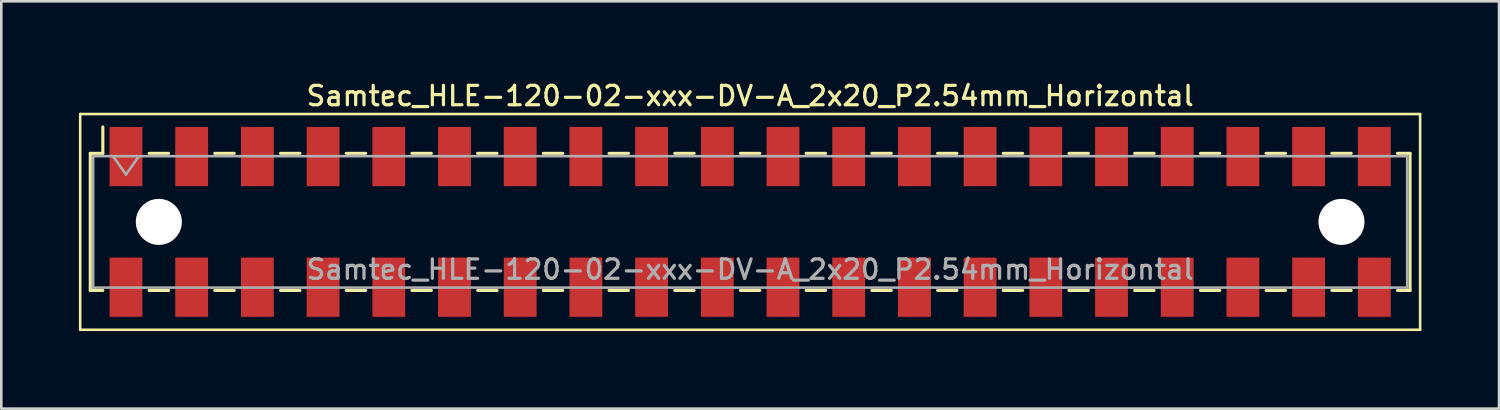
<source format=kicad_pcb>
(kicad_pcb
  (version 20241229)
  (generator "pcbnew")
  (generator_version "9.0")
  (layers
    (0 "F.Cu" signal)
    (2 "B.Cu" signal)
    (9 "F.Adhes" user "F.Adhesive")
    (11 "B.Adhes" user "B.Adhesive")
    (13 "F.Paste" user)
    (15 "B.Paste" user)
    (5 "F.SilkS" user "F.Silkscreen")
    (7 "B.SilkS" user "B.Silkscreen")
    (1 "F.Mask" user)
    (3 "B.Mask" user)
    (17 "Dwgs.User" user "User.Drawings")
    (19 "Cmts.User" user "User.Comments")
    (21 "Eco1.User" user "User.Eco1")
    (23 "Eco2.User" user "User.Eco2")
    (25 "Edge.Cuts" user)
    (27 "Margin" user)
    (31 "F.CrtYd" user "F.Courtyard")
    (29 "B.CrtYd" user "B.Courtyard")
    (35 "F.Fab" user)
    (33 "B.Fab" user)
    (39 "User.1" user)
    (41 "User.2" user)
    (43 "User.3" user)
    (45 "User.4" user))
  (footprint "Samtec_HLE-120-02-xxx-DV-A_2x20_P2.54mm_Horizontal"
    (layer "F.Cu")
    (at 25.95 5.528)
    (property "Reference" "Samtec_HLE-120-02-xxx-DV-A_2x20_P2.54mm_Horizontal" (at 0 -4.87 0) (layer "F.SilkS") (effects (font (size 0.75 0.75) (thickness 0.125))))
    (attr smd)
    (fp_line (start -25.9 -4.17) (end 25.9 -4.17) (stroke (width 0.1) (type solid)) (layer "F.SilkS"))
    (fp_line (start -25.9 4.17) (end -25.9 -4.17) (stroke (width 0.1) (type solid)) (layer "F.SilkS"))
    (fp_line (start -25.51 -2.65) (end -25.51 2.65) (stroke (width 0.12) (type solid)) (layer "F.SilkS"))
    (fp_line (start -25.51 2.65) (end -25.025 2.65) (stroke (width 0.12) (type solid)) (layer "F.SilkS"))
    (fp_line (start -25.025 -3.67) (end -25.025 -2.65) (stroke (width 0.12) (type solid)) (layer "F.SilkS"))
    (fp_line (start -25.025 -2.65) (end -25.51 -2.65) (stroke (width 0.12) (type solid)) (layer "F.SilkS"))
    (fp_line (start -23.235 -2.65) (end -22.485 -2.65) (stroke (width 0.12) (type solid)) (layer "F.SilkS"))
    (fp_line (start -23.235 2.65) (end -22.485 2.65) (stroke (width 0.12) (type solid)) (layer "F.SilkS"))
    (fp_line (start -20.695 -2.65) (end -19.945 -2.65) (stroke (width 0.12) (type solid)) (layer "F.SilkS"))
    (fp_line (start -20.695 2.65) (end -19.945 2.65) (stroke (width 0.12) (type solid)) (layer "F.SilkS"))
    (fp_line (start -18.155 -2.65) (end -17.405 -2.65) (stroke (width 0.12) (type solid)) (layer "F.SilkS"))
    (fp_line (start -18.155 2.65) (end -17.405 2.65) (stroke (width 0.12) (type solid)) (layer "F.SilkS"))
    (fp_line (start -15.615 -2.65) (end -14.865 -2.65) (stroke (width 0.12) (type solid)) (layer "F.SilkS"))
    (fp_line (start -15.615 2.65) (end -14.865 2.65) (stroke (width 0.12) (type solid)) (layer "F.SilkS"))
    (fp_line (start -13.075 -2.65) (end -12.325 -2.65) (stroke (width 0.12) (type solid)) (layer "F.SilkS"))
    (fp_line (start -13.075 2.65) (end -12.325 2.65) (stroke (width 0.12) (type solid)) (layer "F.SilkS"))
    (fp_line (start -10.535 -2.65) (end -9.785 -2.65) (stroke (width 0.12) (type solid)) (layer "F.SilkS"))
    (fp_line (start -10.535 2.65) (end -9.785 2.65) (stroke (width 0.12) (type solid)) (layer "F.SilkS"))
    (fp_line (start -7.995 -2.65) (end -7.245 -2.65) (stroke (width 0.12) (type solid)) (layer "F.SilkS"))
    (fp_line (start -7.995 2.65) (end -7.245 2.65) (stroke (width 0.12) (type solid)) (layer "F.SilkS"))
    (fp_line (start -5.455 -2.65) (end -4.705 -2.65) (stroke (width 0.12) (type solid)) (layer "F.SilkS"))
    (fp_line (start -5.455 2.65) (end -4.705 2.65) (stroke (width 0.12) (type solid)) (layer "F.SilkS"))
    (fp_line (start -2.915 -2.65) (end -2.165 -2.65) (stroke (width 0.12) (type solid)) (layer "F.SilkS"))
    (fp_line (start -2.915 2.65) (end -2.165 2.65) (stroke (width 0.12) (type solid)) (layer "F.SilkS"))
    (fp_line (start -0.375 -2.65) (end 0.375 -2.65) (stroke (width 0.12) (type solid)) (layer "F.SilkS"))
    (fp_line (start -0.375 2.65) (end 0.375 2.65) (stroke (width 0.12) (type solid)) (layer "F.SilkS"))
    (fp_line (start 2.165 -2.65) (end 2.915 -2.65) (stroke (width 0.12) (type solid)) (layer "F.SilkS"))
    (fp_line (start 2.165 2.65) (end 2.915 2.65) (stroke (width 0.12) (type solid)) (layer "F.SilkS"))
    (fp_line (start 4.705 -2.65) (end 5.455 -2.65) (stroke (width 0.12) (type solid)) (layer "F.SilkS"))
    (fp_line (start 4.705 2.65) (end 5.455 2.65) (stroke (width 0.12) (type solid)) (layer "F.SilkS"))
    (fp_line (start 7.245 -2.65) (end 7.995 -2.65) (stroke (width 0.12) (type solid)) (layer "F.SilkS"))
    (fp_line (start 7.245 2.65) (end 7.995 2.65) (stroke (width 0.12) (type solid)) (layer "F.SilkS"))
    (fp_line (start 9.785 -2.65) (end 10.535 -2.65) (stroke (width 0.12) (type solid)) (layer "F.SilkS"))
    (fp_line (start 9.785 2.65) (end 10.535 2.65) (stroke (width 0.12) (type solid)) (layer "F.SilkS"))
    (fp_line (start 12.325 -2.65) (end 13.075 -2.65) (stroke (width 0.12) (type solid)) (layer "F.SilkS"))
    (fp_line (start 12.325 2.65) (end 13.075 2.65) (stroke (width 0.12) (type solid)) (layer "F.SilkS"))
    (fp_line (start 14.865 -2.65) (end 15.615 -2.65) (stroke (width 0.12) (type solid)) (layer "F.SilkS"))
    (fp_line (start 14.865 2.65) (end 15.615 2.65) (stroke (width 0.12) (type solid)) (layer "F.SilkS"))
    (fp_line (start 17.405 -2.65) (end 18.155 -2.65) (stroke (width 0.12) (type solid)) (layer "F.SilkS"))
    (fp_line (start 17.405 2.65) (end 18.155 2.65) (stroke (width 0.12) (type solid)) (layer "F.SilkS"))
    (fp_line (start 19.945 -2.65) (end 20.695 -2.65) (stroke (width 0.12) (type solid)) (layer "F.SilkS"))
    (fp_line (start 19.945 2.65) (end 20.695 2.65) (stroke (width 0.12) (type solid)) (layer "F.SilkS"))
    (fp_line (start 22.485 -2.65) (end 23.235 -2.65) (stroke (width 0.12) (type solid)) (layer "F.SilkS"))
    (fp_line (start 22.485 2.65) (end 23.235 2.65) (stroke (width 0.12) (type solid)) (layer "F.SilkS"))
    (fp_line (start 25.025 -2.65) (end 25.51 -2.65) (stroke (width 0.12) (type solid)) (layer "F.SilkS"))
    (fp_line (start 25.51 -2.65) (end 25.51 2.65) (stroke (width 0.12) (type solid)) (layer "F.SilkS"))
    (fp_line (start 25.51 2.65) (end 25.025 2.65) (stroke (width 0.12) (type solid)) (layer "F.SilkS"))
    (fp_line (start 25.9 -4.17) (end 25.9 4.17) (stroke (width 0.1) (type solid)) (layer "F.SilkS"))
    (fp_line (start 25.9 4.17) (end -25.9 4.17) (stroke (width 0.1) (type solid)) (layer "F.SilkS"))
    (fp_line (start -25.4 -2.54) (end 25.4 -2.54) (stroke (width 0.1) (type solid)) (layer "F.Fab"))
    (fp_line (start -25.4 2.54) (end -25.4 -2.54) (stroke (width 0.1) (type solid)) (layer "F.Fab"))
    (fp_line (start -24.63 -2.54) (end -24.13 -1.833) (stroke (width 0.1) (type solid)) (layer "F.Fab"))
    (fp_line (start -24.13 -1.833) (end -23.63 -2.54) (stroke (width 0.1) (type solid)) (layer "F.Fab"))
    (fp_line (start 25.4 -2.54) (end 25.4 2.54) (stroke (width 0.1) (type solid)) (layer "F.Fab"))
    (fp_line (start 25.4 2.54) (end -25.4 2.54) (stroke (width 0.1) (type solid)) (layer "F.Fab"))
    (fp_text user "${REFERENCE}" (at 0 1.84 0) (layer "F.Fab") (effects (font (size 0.75 0.75) (thickness 0.125))))
    (pad "" np_thru_hole circle (at -22.86 0) (size 1.78 1.78) (drill 1.78) (layers "*.Cu" "*.Mask"))
    (pad "" np_thru_hole circle (at 22.86 0) (size 1.78 1.78) (drill 1.78) (layers "*.Cu" "*.Mask"))
    (pad "1" smd rect (at -24.13 -2.525) (size 1.27 2.29) (layers "F.Cu" "F.Mask" "F.Paste"))
    (pad "2" smd rect (at -24.13 2.525) (size 1.27 2.29) (layers "F.Cu" "F.Mask" "F.Paste"))
    (pad "3" smd rect (at -21.59 -2.525) (size 1.27 2.29) (layers "F.Cu" "F.Mask" "F.Paste"))
    (pad "4" smd rect (at -21.59 2.525) (size 1.27 2.29) (layers "F.Cu" "F.Mask" "F.Paste"))
    (pad "5" smd rect (at -19.05 -2.525) (size 1.27 2.29) (layers "F.Cu" "F.Mask" "F.Paste"))
    (pad "6" smd rect (at -19.05 2.525) (size 1.27 2.29) (layers "F.Cu" "F.Mask" "F.Paste"))
    (pad "7" smd rect (at -16.51 -2.525) (size 1.27 2.29) (layers "F.Cu" "F.Mask" "F.Paste"))
    (pad "8" smd rect (at -16.51 2.525) (size 1.27 2.29) (layers "F.Cu" "F.Mask" "F.Paste"))
    (pad "9" smd rect (at -13.97 -2.525) (size 1.27 2.29) (layers "F.Cu" "F.Mask" "F.Paste"))
    (pad "10" smd rect (at -13.97 2.525) (size 1.27 2.29) (layers "F.Cu" "F.Mask" "F.Paste"))
    (pad "11" smd rect (at -11.43 -2.525) (size 1.27 2.29) (layers "F.Cu" "F.Mask" "F.Paste"))
    (pad "12" smd rect (at -11.43 2.525) (size 1.27 2.29) (layers "F.Cu" "F.Mask" "F.Paste"))
    (pad "13" smd rect (at -8.89 -2.525) (size 1.27 2.29) (layers "F.Cu" "F.Mask" "F.Paste"))
    (pad "14" smd rect (at -8.89 2.525) (size 1.27 2.29) (layers "F.Cu" "F.Mask" "F.Paste"))
    (pad "15" smd rect (at -6.35 -2.525) (size 1.27 2.29) (layers "F.Cu" "F.Mask" "F.Paste"))
    (pad "16" smd rect (at -6.35 2.525) (size 1.27 2.29) (layers "F.Cu" "F.Mask" "F.Paste"))
    (pad "17" smd rect (at -3.81 -2.525) (size 1.27 2.29) (layers "F.Cu" "F.Mask" "F.Paste"))
    (pad "18" smd rect (at -3.81 2.525) (size 1.27 2.29) (layers "F.Cu" "F.Mask" "F.Paste"))
    (pad "19" smd rect (at -1.27 -2.525) (size 1.27 2.29) (layers "F.Cu" "F.Mask" "F.Paste"))
    (pad "20" smd rect (at -1.27 2.525) (size 1.27 2.29) (layers "F.Cu" "F.Mask" "F.Paste"))
    (pad "21" smd rect (at 1.27 -2.525) (size 1.27 2.29) (layers "F.Cu" "F.Mask" "F.Paste"))
    (pad "22" smd rect (at 1.27 2.525) (size 1.27 2.29) (layers "F.Cu" "F.Mask" "F.Paste"))
    (pad "23" smd rect (at 3.81 -2.525) (size 1.27 2.29) (layers "F.Cu" "F.Mask" "F.Paste"))
    (pad "24" smd rect (at 3.81 2.525) (size 1.27 2.29) (layers "F.Cu" "F.Mask" "F.Paste"))
    (pad "25" smd rect (at 6.35 -2.525) (size 1.27 2.29) (layers "F.Cu" "F.Mask" "F.Paste"))
    (pad "26" smd rect (at 6.35 2.525) (size 1.27 2.29) (layers "F.Cu" "F.Mask" "F.Paste"))
    (pad "27" smd rect (at 8.89 -2.525) (size 1.27 2.29) (layers "F.Cu" "F.Mask" "F.Paste"))
    (pad "28" smd rect (at 8.89 2.525) (size 1.27 2.29) (layers "F.Cu" "F.Mask" "F.Paste"))
    (pad "29" smd rect (at 11.43 -2.525) (size 1.27 2.29) (layers "F.Cu" "F.Mask" "F.Paste"))
    (pad "30" smd rect (at 11.43 2.525) (size 1.27 2.29) (layers "F.Cu" "F.Mask" "F.Paste"))
    (pad "31" smd rect (at 13.97 -2.525) (size 1.27 2.29) (layers "F.Cu" "F.Mask" "F.Paste"))
    (pad "32" smd rect (at 13.97 2.525) (size 1.27 2.29) (layers "F.Cu" "F.Mask" "F.Paste"))
    (pad "33" smd rect (at 16.51 -2.525) (size 1.27 2.29) (layers "F.Cu" "F.Mask" "F.Paste"))
    (pad "34" smd rect (at 16.51 2.525) (size 1.27 2.29) (layers "F.Cu" "F.Mask" "F.Paste"))
    (pad "35" smd rect (at 19.05 -2.525) (size 1.27 2.29) (layers "F.Cu" "F.Mask" "F.Paste"))
    (pad "36" smd rect (at 19.05 2.525) (size 1.27 2.29) (layers "F.Cu" "F.Mask" "F.Paste"))
    (pad "37" smd rect (at 21.59 -2.525) (size 1.27 2.29) (layers "F.Cu" "F.Mask" "F.Paste"))
    (pad "38" smd rect (at 21.59 2.525) (size 1.27 2.29) (layers "F.Cu" "F.Mask" "F.Paste"))
    (pad "39" smd rect (at 24.13 -2.525) (size 1.27 2.29) (layers "F.Cu" "F.Mask" "F.Paste"))
    (pad "40" smd rect (at 24.13 2.525) (size 1.27 2.29) (layers "F.Cu" "F.Mask" "F.Paste")))
  (gr_rect
    (start -3 -3)
    (end 54.9 12.748)
    (stroke (width 0.1) (type default))
    (fill no)
    (layer "Edge.Cuts")))
</source>
